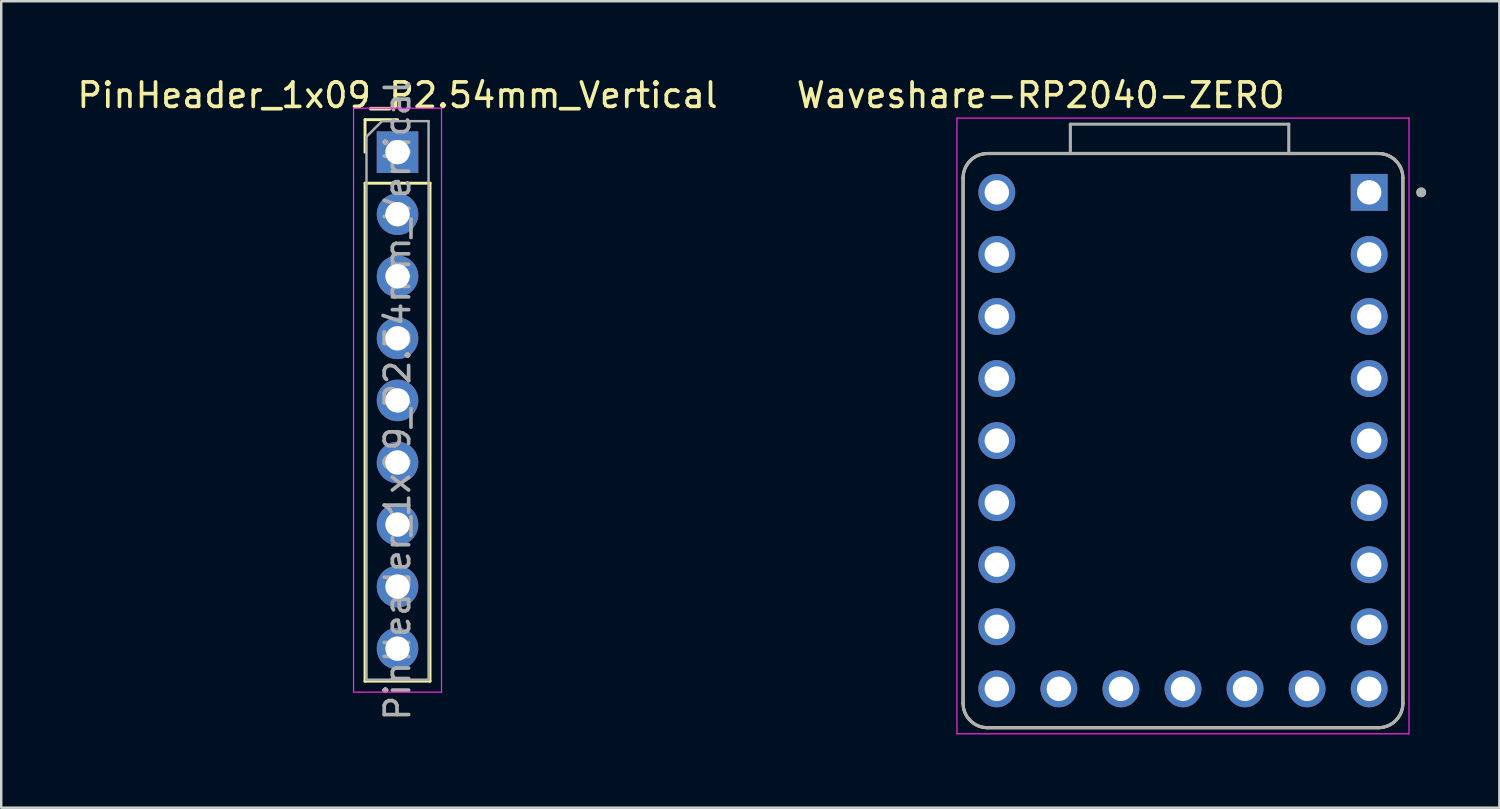
<source format=kicad_pcb>
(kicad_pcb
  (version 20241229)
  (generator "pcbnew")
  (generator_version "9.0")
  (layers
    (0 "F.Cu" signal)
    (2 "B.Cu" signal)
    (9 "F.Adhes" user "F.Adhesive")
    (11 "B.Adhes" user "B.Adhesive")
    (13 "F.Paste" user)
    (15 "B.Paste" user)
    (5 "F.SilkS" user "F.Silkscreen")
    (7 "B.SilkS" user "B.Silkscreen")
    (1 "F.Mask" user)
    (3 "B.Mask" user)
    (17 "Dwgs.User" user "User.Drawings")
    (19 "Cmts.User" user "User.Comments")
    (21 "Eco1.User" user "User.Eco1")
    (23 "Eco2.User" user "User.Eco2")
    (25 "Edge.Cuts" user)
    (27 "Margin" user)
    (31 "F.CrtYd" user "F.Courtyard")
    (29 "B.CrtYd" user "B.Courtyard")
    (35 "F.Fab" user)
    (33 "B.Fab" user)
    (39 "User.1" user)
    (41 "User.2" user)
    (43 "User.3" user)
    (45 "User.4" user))
  (footprint "PinHeader_1x09_P2.54mm_Vertical"
    (layer "F.Cu")
    (at 13.22 3.178)
    (property "Reference" "PinHeader_1x09_P2.54mm_Vertical" (at 0 -2.33 0) (layer "F.SilkS") (effects (font (size 1 1) (thickness 0.15))))
    (attr through_hole)
    (fp_line (start -1.33 -1.33) (end 0 -1.33) (stroke (width 0.12) (type solid)) (layer "F.SilkS"))
    (fp_line (start -1.33 0) (end -1.33 -1.33) (stroke (width 0.12) (type solid)) (layer "F.SilkS"))
    (fp_line (start -1.33 1.27) (end -1.33 21.65) (stroke (width 0.12) (type solid)) (layer "F.SilkS"))
    (fp_line (start -1.33 1.27) (end 1.33 1.27) (stroke (width 0.12) (type solid)) (layer "F.SilkS"))
    (fp_line (start -1.33 21.65) (end 1.33 21.65) (stroke (width 0.12) (type solid)) (layer "F.SilkS"))
    (fp_line (start 1.33 1.27) (end 1.33 21.65) (stroke (width 0.12) (type solid)) (layer "F.SilkS"))
    (fp_line (start -1.8 -1.8) (end -1.8 22.1) (stroke (width 0.05) (type solid)) (layer "F.CrtYd"))
    (fp_line (start -1.8 22.1) (end 1.8 22.1) (stroke (width 0.05) (type solid)) (layer "F.CrtYd"))
    (fp_line (start 1.8 -1.8) (end -1.8 -1.8) (stroke (width 0.05) (type solid)) (layer "F.CrtYd"))
    (fp_line (start 1.8 22.1) (end 1.8 -1.8) (stroke (width 0.05) (type solid)) (layer "F.CrtYd"))
    (fp_line (start -1.27 -0.635) (end -0.635 -1.27) (stroke (width 0.1) (type solid)) (layer "F.Fab"))
    (fp_line (start -1.27 21.59) (end -1.27 -0.635) (stroke (width 0.1) (type solid)) (layer "F.Fab"))
    (fp_line (start -0.635 -1.27) (end 1.27 -1.27) (stroke (width 0.1) (type solid)) (layer "F.Fab"))
    (fp_line (start 1.27 -1.27) (end 1.27 21.59) (stroke (width 0.1) (type solid)) (layer "F.Fab"))
    (fp_line (start 1.27 21.59) (end -1.27 21.59) (stroke (width 0.1) (type solid)) (layer "F.Fab"))
    (fp_text user "${REFERENCE}" (at 0 10.16 90) (layer "F.Fab") (effects (font (size 1 1) (thickness 0.15))))
    (pad "1" thru_hole rect (at 0 0) (size 1.7 1.7) (drill 1) (layers "*.Cu" "*.Mask"))
    (pad "2" thru_hole oval (at 0 2.54) (size 1.7 1.7) (drill 1) (layers "*.Cu" "*.Mask"))
    (pad "3" thru_hole oval (at 0 5.08) (size 1.7 1.7) (drill 1) (layers "*.Cu" "*.Mask"))
    (pad "4" thru_hole oval (at 0 7.62) (size 1.7 1.7) (drill 1) (layers "*.Cu" "*.Mask"))
    (pad "5" thru_hole oval (at 0 10.16) (size 1.7 1.7) (drill 1) (layers "*.Cu" "*.Mask"))
    (pad "6" thru_hole oval (at 0 12.7) (size 1.7 1.7) (drill 1) (layers "*.Cu" "*.Mask"))
    (pad "7" thru_hole oval (at 0 15.24) (size 1.7 1.7) (drill 1) (layers "*.Cu" "*.Mask"))
    (pad "8" thru_hole oval (at 0 17.78) (size 1.7 1.7) (drill 1) (layers "*.Cu" "*.Mask"))
    (pad "9" thru_hole oval (at 0 20.32) (size 1.7 1.7) (drill 1) (layers "*.Cu" "*.Mask")))
  (footprint "Waveshare-RP2040-ZERO"
    (layer "F.Cu")
    (at 45.367 14.983)
    (property "Reference" "Waveshare-RP2040-ZERO" (at -5.825 -14.135 0) (layer "F.SilkS") (effects (font (size 1 1) (thickness 0.15))))
    (attr through_hole)
    (fp_line (start -9 -10.75) (end -9 10.75) (stroke (width 0.127) (type solid)) (layer "F.SilkS"))
    (fp_line (start -8 11.75) (end 8 11.75) (stroke (width 0.127) (type solid)) (layer "F.SilkS"))
    (fp_line (start 8 -11.75) (end -8 -11.75) (stroke (width 0.127) (type solid)) (layer "F.SilkS"))
    (fp_line (start 9 10.75) (end 9 -10.75) (stroke (width 0.127) (type solid)) (layer "F.SilkS"))
    (fp_arc (start -9 -10.75) (mid -8.707107 -11.457107) (end -8 -11.75) (stroke (width 0.127) (type solid)) (layer "F.SilkS"))
    (fp_arc (start -8 11.75) (mid -8.707107 11.457107) (end -9 10.75) (stroke (width 0.127) (type solid)) (layer "F.SilkS"))
    (fp_arc (start 8 -11.75) (mid 8.707107 -11.457107) (end 9 -10.75) (stroke (width 0.127) (type solid)) (layer "F.SilkS"))
    (fp_arc (start 9 10.75) (mid 8.707107 11.457107) (end 8 11.75) (stroke (width 0.127) (type solid)) (layer "F.SilkS"))
    (fp_circle (center 9.75 -10.16) (end 9.85 -10.16) (stroke (width 0.2) (type solid)) (fill no) (layer "F.SilkS"))
    (fp_line (start -9.25 -13.2) (end -9.25 12) (stroke (width 0.05) (type solid)) (layer "F.CrtYd"))
    (fp_line (start -9.25 12) (end 9.25 12) (stroke (width 0.05) (type solid)) (layer "F.CrtYd"))
    (fp_line (start 9.25 -13.2) (end -9.25 -13.2) (stroke (width 0.05) (type solid)) (layer "F.CrtYd"))
    (fp_line (start 9.25 12) (end 9.25 -13.2) (stroke (width 0.05) (type solid)) (layer "F.CrtYd"))
    (fp_line (start -9 -10.75) (end -9 10.75) (stroke (width 0.127) (type solid)) (layer "F.Fab"))
    (fp_line (start -8 11.75) (end 8 11.75) (stroke (width 0.127) (type solid)) (layer "F.Fab"))
    (fp_line (start -4.61 -12.95) (end -4.61 -11.75) (stroke (width 0.127) (type solid)) (layer "F.Fab"))
    (fp_line (start -4.61 -12.95) (end 4.33 -12.95) (stroke (width 0.127) (type solid)) (layer "F.Fab"))
    (fp_line (start -4.61 -11.75) (end -8 -11.75) (stroke (width 0.127) (type solid)) (layer "F.Fab"))
    (fp_line (start 4.33 -12.95) (end 4.33 -11.75) (stroke (width 0.127) (type solid)) (layer "F.Fab"))
    (fp_line (start 4.33 -11.75) (end -4.61 -11.75) (stroke (width 0.127) (type solid)) (layer "F.Fab"))
    (fp_line (start 8 -11.75) (end 4.33 -11.75) (stroke (width 0.127) (type solid)) (layer "F.Fab"))
    (fp_line (start 9 10.75) (end 9 -10.75) (stroke (width 0.127) (type solid)) (layer "F.Fab"))
    (fp_arc (start -9 -10.75) (mid -8.707107 -11.457107) (end -8 -11.75) (stroke (width 0.127) (type solid)) (layer "F.Fab"))
    (fp_arc (start -8 11.75) (mid -8.707107 11.457107) (end -9 10.75) (stroke (width 0.127) (type solid)) (layer "F.Fab"))
    (fp_arc (start 8 -11.75) (mid 8.707107 -11.457107) (end 9 -10.75) (stroke (width 0.127) (type solid)) (layer "F.Fab"))
    (fp_arc (start 9 10.75) (mid 8.707107 11.457107) (end 8 11.75) (stroke (width 0.127) (type solid)) (layer "F.Fab"))
    (fp_circle (center 9.75 -10.16) (end 9.85 -10.16) (stroke (width 0.2) (type solid)) (fill no) (layer "F.Fab"))
    (pad "1" thru_hole rect (at 7.62 -10.16) (size 1.508 1.508) (drill 1) (layers "*.Cu" "*.Mask"))
    (pad "2" thru_hole circle (at 7.62 -7.62) (size 1.508 1.508) (drill 1) (layers "*.Cu" "*.Mask"))
    (pad "3" thru_hole circle (at 7.62 -5.08) (size 1.508 1.508) (drill 1) (layers "*.Cu" "*.Mask"))
    (pad "4" thru_hole circle (at 7.62 -2.54) (size 1.508 1.508) (drill 1) (layers "*.Cu" "*.Mask"))
    (pad "5" thru_hole circle (at 7.62 0) (size 1.508 1.508) (drill 1) (layers "*.Cu" "*.Mask"))
    (pad "6" thru_hole circle (at 7.62 2.54) (size 1.508 1.508) (drill 1) (layers "*.Cu" "*.Mask"))
    (pad "7" thru_hole circle (at 7.62 5.08) (size 1.508 1.508) (drill 1) (layers "*.Cu" "*.Mask"))
    (pad "8" thru_hole circle (at 7.62 7.62) (size 1.508 1.508) (drill 1) (layers "*.Cu" "*.Mask"))
    (pad "9" thru_hole circle (at 7.62 10.16) (size 1.508 1.508) (drill 1) (layers "*.Cu" "*.Mask"))
    (pad "10" thru_hole circle (at 5.08 10.16) (size 1.508 1.508) (drill 1) (layers "*.Cu" "*.Mask"))
    (pad "11" thru_hole circle (at 2.54 10.16) (size 1.508 1.508) (drill 1) (layers "*.Cu" "*.Mask"))
    (pad "12" thru_hole circle (at 0 10.16) (size 1.508 1.508) (drill 1) (layers "*.Cu" "*.Mask"))
    (pad "13" thru_hole circle (at -2.54 10.16) (size 1.508 1.508) (drill 1) (layers "*.Cu" "*.Mask"))
    (pad "14" thru_hole circle (at -5.08 10.16) (size 1.508 1.508) (drill 1) (layers "*.Cu" "*.Mask"))
    (pad "15" thru_hole circle (at -7.62 10.16) (size 1.508 1.508) (drill 1) (layers "*.Cu" "*.Mask"))
    (pad "16" thru_hole circle (at -7.62 7.62) (size 1.508 1.508) (drill 1) (layers "*.Cu" "*.Mask"))
    (pad "17" thru_hole circle (at -7.62 5.08) (size 1.508 1.508) (drill 1) (layers "*.Cu" "*.Mask"))
    (pad "18" thru_hole circle (at -7.62 2.54) (size 1.508 1.508) (drill 1) (layers "*.Cu" "*.Mask"))
    (pad "19" thru_hole circle (at -7.62 0) (size 1.508 1.508) (drill 1) (layers "*.Cu" "*.Mask"))
    (pad "20" thru_hole circle (at -7.62 -2.54) (size 1.508 1.508) (drill 1) (layers "*.Cu" "*.Mask"))
    (pad "21" thru_hole circle (at -7.62 -5.08) (size 1.508 1.508) (drill 1) (layers "*.Cu" "*.Mask"))
    (pad "22" thru_hole circle (at -7.62 -7.62) (size 1.508 1.508) (drill 1) (layers "*.Cu" "*.Mask"))
    (pad "23" thru_hole circle (at -7.62 -10.16) (size 1.508 1.508) (drill 1) (layers "*.Cu" "*.Mask")))
  (gr_rect
    (start -3 -3)
    (end 58.317 30.008)
    (stroke (width 0.1) (type default))
    (fill no)
    (layer "Edge.Cuts")))
</source>
